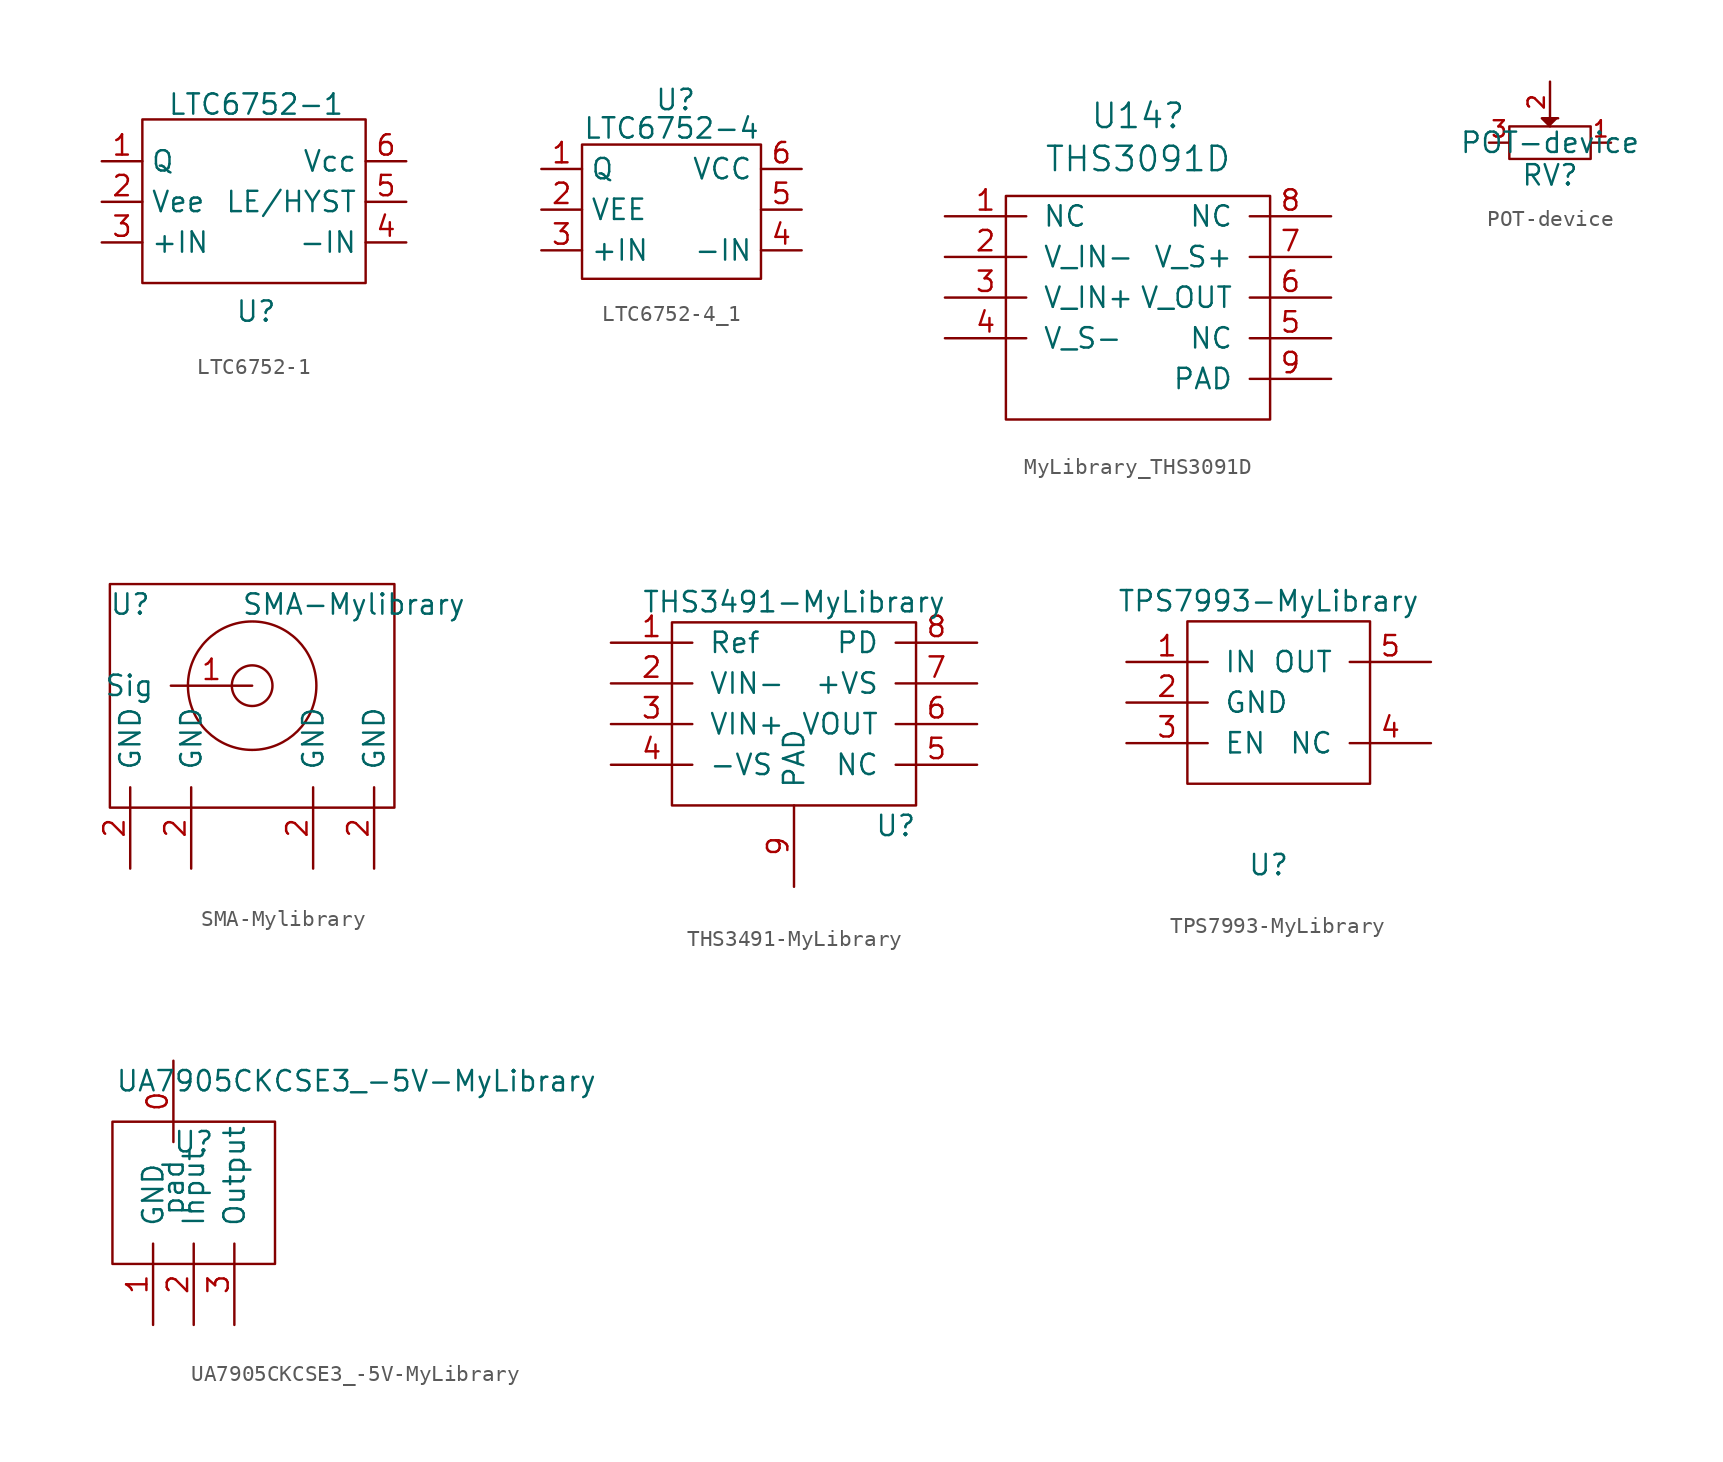
<source format=kicad_sym>
(kicad_symbol_lib
  (version 20220914)
  (generator kicad_symbol_editor)
  (symbol "LTC6752-1"
    (property "Reference" "U"
      (at 0 -6.858 0)
      (effects (font (size 1.27 1.27))))
    (property "Value" "LTC6752-1"
      (at 0 6.096 0)
      (effects (font (size 1.27 1.27))))
    (symbol "LTC6752-1_0_1"
      (rectangle (start -7.112 5.156) (end 6.858 -5.08) (stroke (width 0) (type default)) (fill (type none))))
    (symbol "LTC6752-1_1_1"
      (pin input line (at -9.652 2.54 0) (length 2.54) (name "Q" (effects (font (size 1.27 1.27)))) (number "1" (effects (font (size 1.27 1.27)))))
      (pin input line (at -9.652 0 0) (length 2.54) (name "Vee" (effects (font (size 1.27 1.27)))) (number "2" (effects (font (size 1.27 1.27)))))
      (pin input line (at -9.652 -2.54 0) (length 2.54) (name "+IN" (effects (font (size 1.27 1.27)))) (number "3" (effects (font (size 1.27 1.27)))))
      (pin input line (at 9.398 -2.54 180) (length 2.54) (name "-IN" (effects (font (size 1.27 1.27)))) (number "4" (effects (font (size 1.27 1.27)))))
      (pin input line (at 9.398 0 180) (length 2.54) (name "LE/HYST" (effects (font (size 1.27 1.27)))) (number "5" (effects (font (size 1.27 1.27)))))
      (pin input line (at 9.398 2.54 180) (length 2.54) (name "Vcc" (effects (font (size 1.27 1.27)))) (number "6" (effects (font (size 1.27 1.27)))))))
  (symbol "LTC6752-4_1"
    (property "Reference" "U"
      (at 0 6.35 0)
      (effects (font (size 1.27 1.27))))
    (property "Value" "LTC6752-4"
      (at -0.254 4.572 0)
      (effects (font (size 1.27 1.27))))
    (symbol "LTC6752-4_1_0_1"
      (rectangle (start 5.334 -4.826) (end -5.842 3.556) (stroke (width 0) (type default)) (fill (type none))))
    (symbol "LTC6752-4_1_1_1"
      (pin output line (at -8.382 2.032 0) (length 2.54) (name "Q" (effects (font (size 1.27 1.27)))) (number "1" (effects (font (size 1.27 1.27)))))
      (pin input line (at -8.382 -0.508 0) (length 2.54) (name "VEE" (effects (font (size 1.27 1.27)))) (number "2" (effects (font (size 1.27 1.27)))))
      (pin input line (at -8.382 -3.048 0) (length 2.54) (name "+IN" (effects (font (size 1.27 1.27)))) (number "3" (effects (font (size 1.27 1.27)))))
      (pin input line (at 7.874 -3.048 180) (length 2.54) (name "-IN" (effects (font (size 1.27 1.27)))) (number "4" (effects (font (size 1.27 1.27)))))
      (pin input line (at 7.874 -0.508 180) (length 2.54) (name "" (effects (font (size 1.27 1.27)))) (number "5" (effects (font (size 1.27 1.27)))))
      (pin input line (at 7.874 2.032 180) (length 2.54) (name "VCC" (effects (font (size 1.27 1.27)))) (number "6" (effects (font (size 1.27 1.27)))))))
  (symbol "MyLibrary_THS3091D"
    (pin_names
      (offset 1.016))
    (property "Reference" "U14"
      (at -0.635 10.084 0)
      (effects (font (size 1.524 1.524))))
    (property "Value" "THS3091D"
      (at -0.635 7.391 0)
      (effects (font (size 1.524 1.524))))
    (property "Datasheet" ""
      (at 0 0 0)
      (effects (font (size 1.524 1.524))))
    (symbol "MyLibrary_THS3091D_0_1"
      (rectangle (start -8.89 5.08) (end 7.62 -8.89) (stroke (width 0) (type default)) (fill (type none))))
    (symbol "MyLibrary_THS3091D_1_1"
      (pin input line (at -12.7 3.81 0) (length 5.08) (name "NC" (effects (font (size 1.27 1.27)))) (number "1" (effects (font (size 1.27 1.27)))))
      (pin input line (at -12.7 1.27 0) (length 5.08) (name "V_IN-" (effects (font (size 1.27 1.27)))) (number "2" (effects (font (size 1.27 1.27)))))
      (pin input line (at -12.7 -1.27 0) (length 5.08) (name "V_IN+" (effects (font (size 1.27 1.27)))) (number "3" (effects (font (size 1.27 1.27)))))
      (pin input line (at -12.7 -3.81 0) (length 5.08) (name "V_S-" (effects (font (size 1.27 1.27)))) (number "4" (effects (font (size 1.27 1.27)))))
      (pin input line (at 11.43 -3.81 180) (length 5.08) (name "NC" (effects (font (size 1.27 1.27)))) (number "5" (effects (font (size 1.27 1.27)))))
      (pin input line (at 11.43 -1.27 180) (length 5.08) (name "V_OUT" (effects (font (size 1.27 1.27)))) (number "6" (effects (font (size 1.27 1.27)))))
      (pin input line (at 11.43 1.27 180) (length 5.08) (name "V_S+" (effects (font (size 1.27 1.27)))) (number "7" (effects (font (size 1.27 1.27)))))
      (pin input line (at 11.43 3.81 180) (length 5.08) (name "NC" (effects (font (size 1.27 1.27)))) (number "8" (effects (font (size 1.27 1.27)))))
      (pin input line (at 11.43 -6.35 180) (length 5.08) (name "PAD" (effects (font (size 1.27 1.27)))) (number "9" (effects (font (size 1.27 1.27)))))))
  (symbol "POT-device"
    (pin_names
      (offset 1.016) hide)
    (property "Reference" "RV"
      (at 0 -2.032 0)
      (effects (font (size 1.27 1.27))))
    (property "Value" "POT-device"
      (at 0 0 0)
      (effects (font (size 1.27 1.27))))
    (property "Footprint" ""
      (at 0 0 0)
      (effects (font (size 1.27 1.27))))
    (property "Datasheet" ""
      (at 0 0 0)
      (effects (font (size 1.27 1.27))))
    (symbol "POT-device_0_1"
      (rectangle (start -2.54 1.016) (end 2.54 -1.016) (stroke (width 0) (type solid)) (fill (type none)))
      (polyline (pts (xy 0 1.016) (xy -0.508 1.524) (xy 0.508 1.524)) (stroke (width 0) (type solid)) (fill (type outline))))
    (symbol "POT-device_1_1"
      (pin passive line (at 3.81 0 180) (length 1.27) (name "1" (effects (font (size 1.016 1.016)))) (number "1" (effects (font (size 1.016 1.016)))))
      (pin passive line (at 0 3.81 270) (length 2.54) (name "2" (effects (font (size 1.016 1.016)))) (number "2" (effects (font (size 1.016 1.016)))))
      (pin passive line (at -3.81 0 0) (length 1.27) (name "3" (effects (font (size 1.016 1.016)))) (number "3" (effects (font (size 1.016 1.016)))))))
  (symbol "SMA-Mylibrary"
    (pin_names
      (offset 1.016))
    (property "Reference" "U"
      (at -7.62 5.08 0)
      (effects (font (size 1.27 1.27))))
    (property "Value" "SMA-Mylibrary"
      (at 6.35 5.08 0)
      (effects (font (size 1.27 1.27))))
    (symbol "SMA-Mylibrary_0_1"
      (rectangle (start -8.89 6.35) (end 8.89 -7.62) (stroke (width 0) (type solid)) (fill (type none)))
      (circle (center 0 0) (radius 1.27) (stroke (width 0) (type solid)) (fill (type none)))
      (circle (center 0 0) (radius 4.013) (stroke (width 0) (type solid)) (fill (type none))))
    (symbol "SMA-Mylibrary_1_1"
      (pin input line (at 0 0 180) (length 5.08) (name "Sig" (effects (font (size 1.27 1.27)))) (number "1" (effects (font (size 1.27 1.27)))))
      (pin input line (at -7.62 -11.43 90) (length 5.08) (name "GND" (effects (font (size 1.27 1.27)))) (number "2" (effects (font (size 1.27 1.27)))))
      (pin input line (at -3.81 -11.43 90) (length 5.08) (name "GND" (effects (font (size 1.27 1.27)))) (number "2" (effects (font (size 1.27 1.27)))))
      (pin input line (at 3.81 -11.43 90) (length 5.08) (name "GND" (effects (font (size 1.27 1.27)))) (number "2" (effects (font (size 1.27 1.27)))))
      (pin input line (at 7.62 -11.43 90) (length 5.08) (name "GND" (effects (font (size 1.27 1.27)))) (number "2" (effects (font (size 1.27 1.27)))))))
  (symbol "THS3491-MyLibrary"
    (pin_names
      (offset 1.016))
    (property "Reference" "U"
      (at 6.35 -7.62 0)
      (effects (font (size 1.27 1.27))))
    (property "Value" "THS3491-MyLibrary"
      (at 0 6.35 0)
      (effects (font (size 1.27 1.27))))
    (symbol "THS3491-MyLibrary_0_1"
      (rectangle (start -7.62 5.08) (end 7.62 -6.35) (stroke (width 0) (type solid)) (fill (type none))))
    (symbol "THS3491-MyLibrary_1_1"
      (pin input line (at -11.43 3.81 0) (length 5.08) (name "Ref" (effects (font (size 1.27 1.27)))) (number "1" (effects (font (size 1.27 1.27)))))
      (pin input line (at -11.43 1.27 0) (length 5.08) (name "VIN-" (effects (font (size 1.27 1.27)))) (number "2" (effects (font (size 1.27 1.27)))))
      (pin input line (at -11.43 -1.27 0) (length 5.08) (name "VIN+" (effects (font (size 1.27 1.27)))) (number "3" (effects (font (size 1.27 1.27)))))
      (pin input line (at -11.43 -3.81 0) (length 5.08) (name "-VS" (effects (font (size 1.27 1.27)))) (number "4" (effects (font (size 1.27 1.27)))))
      (pin input line (at 11.43 -3.81 180) (length 5.08) (name "NC" (effects (font (size 1.27 1.27)))) (number "5" (effects (font (size 1.27 1.27)))))
      (pin input line (at 11.43 -1.27 180) (length 5.08) (name "VOUT" (effects (font (size 1.27 1.27)))) (number "6" (effects (font (size 1.27 1.27)))))
      (pin input line (at 11.43 1.27 180) (length 5.08) (name "+VS" (effects (font (size 1.27 1.27)))) (number "7" (effects (font (size 1.27 1.27)))))
      (pin input line (at 11.43 3.81 180) (length 5.08) (name "PD" (effects (font (size 1.27 1.27)))) (number "8" (effects (font (size 1.27 1.27)))))
      (pin input line (at 0 -11.43 90) (length 5.08) (name "PAD" (effects (font (size 1.27 1.27)))) (number "9" (effects (font (size 1.27 1.27)))))))
  (symbol "TPS7993-MyLibrary"
    (pin_names
      (offset 1.016))
    (property "Reference" "U"
      (at 0 -7.62 0)
      (effects (font (size 1.27 1.27))))
    (property "Value" "TPS7993-MyLibrary"
      (at 0 8.89 0)
      (effects (font (size 1.27 1.27))))
    (symbol "TPS7993-MyLibrary_0_1"
      (rectangle (start -5.08 7.62) (end 6.35 -2.54) (stroke (width 0) (type solid)) (fill (type none))))
    (symbol "TPS7993-MyLibrary_1_1"
      (pin input line (at -8.89 5.08 0) (length 5.08) (name "IN" (effects (font (size 1.27 1.27)))) (number "1" (effects (font (size 1.27 1.27)))))
      (pin input line (at -8.89 2.54 0) (length 5.08) (name "GND" (effects (font (size 1.27 1.27)))) (number "2" (effects (font (size 1.27 1.27)))))
      (pin input line (at -8.89 0 0) (length 5.08) (name "EN" (effects (font (size 1.27 1.27)))) (number "3" (effects (font (size 1.27 1.27)))))
      (pin input line (at 10.16 0 180) (length 5.08) (name "NC" (effects (font (size 1.27 1.27)))) (number "4" (effects (font (size 1.27 1.27)))))
      (pin input line (at 10.16 5.08 180) (length 5.08) (name "OUT" (effects (font (size 1.27 1.27)))) (number "5" (effects (font (size 1.27 1.27)))))))
  (symbol "UA7905CKCSE3_-5V-MyLibrary"
    (pin_names
      (offset 1.016))
    (property "Reference" "U"
      (at 0 2.54 0)
      (effects (font (size 1.27 1.27))))
    (property "Value" "UA7905CKCSE3_-5V-MyLibrary"
      (at 10.16 6.35 0)
      (effects (font (size 1.27 1.27))))
    (symbol "UA7905CKCSE3_-5V-MyLibrary_0_1"
      (rectangle (start -5.08 3.81) (end 5.08 -5.08) (stroke (width 0) (type solid)) (fill (type none))))
    (symbol "UA7905CKCSE3_-5V-MyLibrary_1_1"
      (pin input line (at -1.27 7.62 270) (length 5.08) (name "pad" (effects (font (size 1.27 1.27)))) (number "0" (effects (font (size 1.27 1.27)))))
      (pin input line (at -2.54 -8.89 90) (length 5.08) (name "GND" (effects (font (size 1.27 1.27)))) (number "1" (effects (font (size 1.27 1.27)))))
      (pin input line (at 0 -8.89 90) (length 5.08) (name "Input" (effects (font (size 1.27 1.27)))) (number "2" (effects (font (size 1.27 1.27)))))
      (pin input line (at 2.54 -8.89 90) (length 5.08) (name "Output" (effects (font (size 1.27 1.27)))) (number "3" (effects (font (size 1.27 1.27))))))))
</source>
